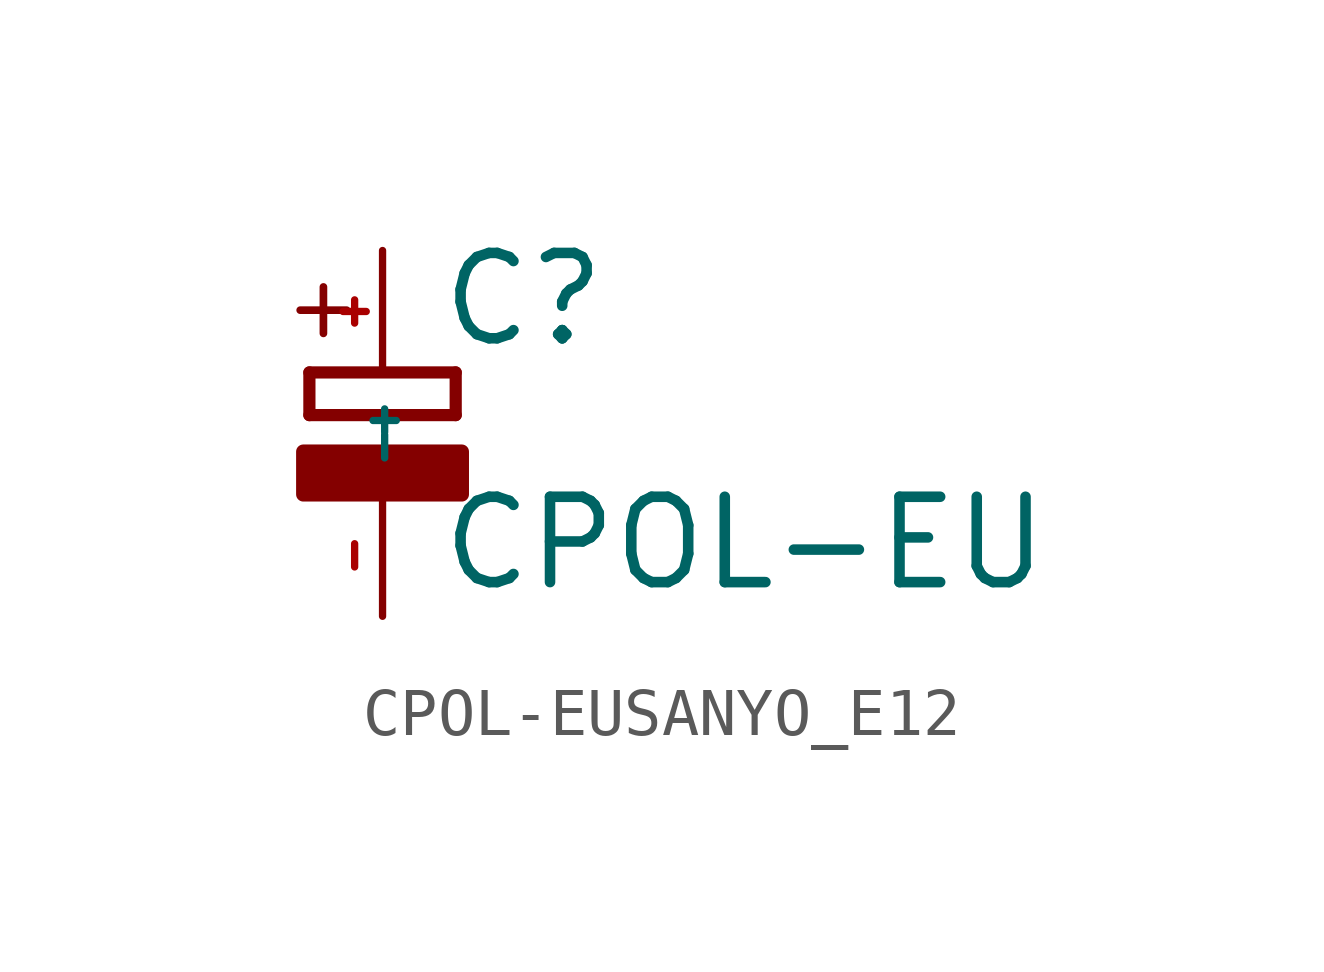
<source format=kicad_sym>
(kicad_symbol_lib
  (version 20220914)
  (generator Eagle2Kicad)
  (symbol "CPOL-EUSANYO_E12"
    (property "Reference" "C"
      (at 1.143 0.483 0)
      (effects (font (size 1.778 1.778) (thickness 0.22)) (justify left bottom)))
    (property "Value" "CPOL-EU"
      (at 1.143 -4.597 0)
      (effects (font (size 1.778 1.778) (thickness 0.22)) (justify left bottom)))
    (polyline
      (pts (xy -1.524 -0.889) (xy 1.524 -0.889))
      (stroke (width 0.254) (type default))
      (fill (type none)))
    (polyline
      (pts (xy 1.524 -0.889) (xy 1.524 0))
      (stroke (width 0.254) (type default))
      (fill (type none)))
    (polyline
      (pts (xy -1.524 0) (xy -1.524 -0.889))
      (stroke (width 0.254) (type default))
      (fill (type none)))
    (polyline
      (pts (xy -1.524 0) (xy 1.524 0))
      (stroke (width 0.254) (type default))
      (fill (type none)))
    (text "+"
      (at -0.584 0.406 900)
      (effects (font (size 1.27 1.27) (thickness 0.16)) (justify left bottom)))
    (rectangle
      (start -1.651 -2.54)
      (end 1.651 -1.651)
      (stroke (width 0.3) (type default))
      (fill (type outline)))
    (pin passive line
      (at 0 -5.08 90)
      (length 2.54)
      (name "-" (effects (font (size 0.635 0.635) (thickness 0.08)) (justify left bottom)))
      (number "-" (effects (font (size 0.635 0.635) (thickness 0.08)) (justify left bottom))))
    (pin passive line
      (at 0 2.54 270)
      (length 2.54)
      (name "+" (effects (font (size 0.635 0.635) (thickness 0.08)) (justify left bottom)))
      (number "+" (effects (font (size 0.635 0.635) (thickness 0.08)) (justify left bottom))))))
</source>
